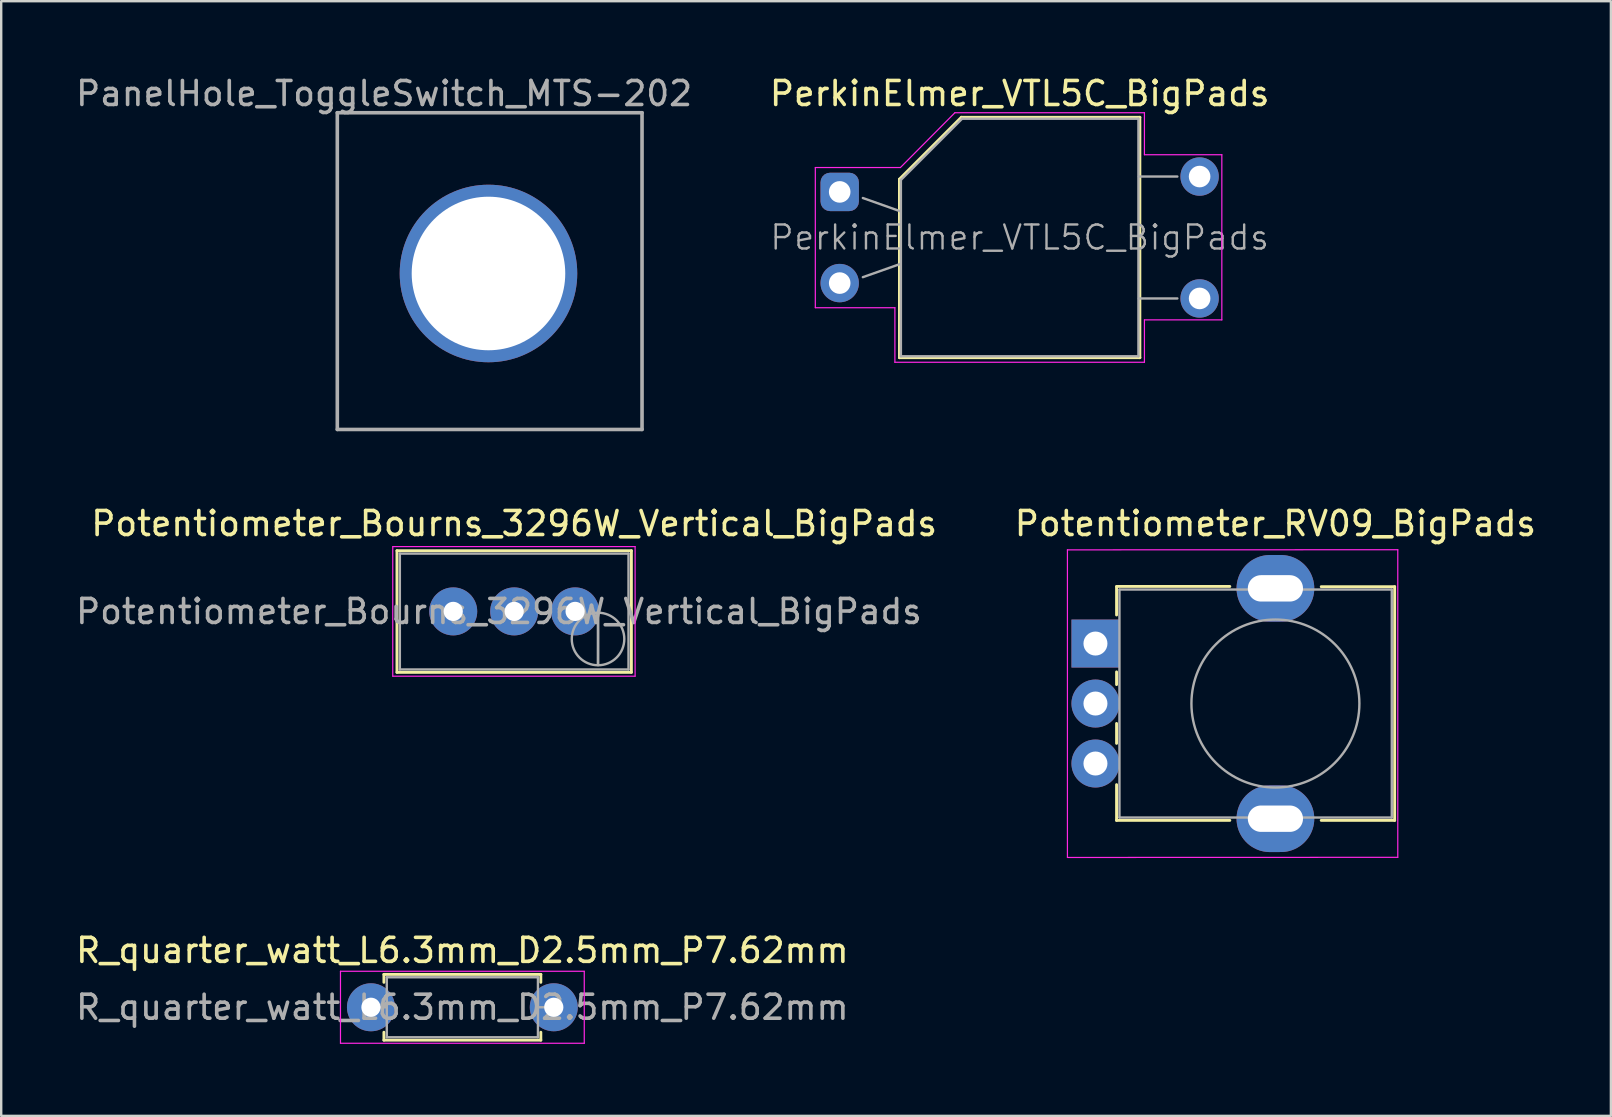
<source format=kicad_pcb>
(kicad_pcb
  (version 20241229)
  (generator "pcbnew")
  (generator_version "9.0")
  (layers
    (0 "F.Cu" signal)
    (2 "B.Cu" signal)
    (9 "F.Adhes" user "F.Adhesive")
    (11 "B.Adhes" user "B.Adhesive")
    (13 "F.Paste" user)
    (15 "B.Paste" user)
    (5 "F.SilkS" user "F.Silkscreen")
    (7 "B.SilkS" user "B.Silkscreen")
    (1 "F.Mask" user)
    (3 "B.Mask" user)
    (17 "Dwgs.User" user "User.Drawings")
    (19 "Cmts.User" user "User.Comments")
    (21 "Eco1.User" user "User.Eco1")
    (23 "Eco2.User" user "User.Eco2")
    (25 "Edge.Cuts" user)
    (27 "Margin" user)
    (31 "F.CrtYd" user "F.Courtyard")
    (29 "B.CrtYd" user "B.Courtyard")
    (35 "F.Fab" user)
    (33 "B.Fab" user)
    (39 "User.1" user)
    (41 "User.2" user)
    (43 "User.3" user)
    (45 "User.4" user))
  (footprint "PanelHole_ToggleSwitch_MTS-202"
    (layer "F.Cu")
    (at 17.308 8.348)
    (property "Reference" "PanelHole_ToggleSwitch_MTS-202" (at -4.35 -7.5 0) (layer "F.Fab") (effects (font (size 1 1) (thickness 0.15))))
    (attr through_hole)
    (fp_line (start -6.3 -6.7) (end 6.4 -6.7) (stroke (width 0.15) (type solid)) (layer "F.Fab"))
    (fp_line (start -6.3 6.5) (end -6.3 -6.7) (stroke (width 0.15) (type solid)) (layer "F.Fab"))
    (fp_line (start 6.4 -6.7) (end 6.4 6.5) (stroke (width 0.15) (type solid)) (layer "F.Fab"))
    (fp_line (start 6.4 6.5) (end -6.3 6.5) (stroke (width 0.15) (type solid)) (layer "F.Fab"))
    (fp_circle (center -0.000416 0) (end 3 0) (stroke (width 0.15) (type solid)) (fill no) (layer "F.Fab"))
    (pad "" np_thru_hole circle (at 0 0) (size 7.4 7.4) (drill 6.4) (layers "*.Cu" "*.Mask")))
  (footprint "R_quarter_watt_L6.3mm_D2.5mm_P7.62mm"
    (layer "F.Cu")
    (at 12.41 38.93)
    (property "Reference" "R_quarter_watt_L6.3mm_D2.5mm_P7.62mm" (at 3.81 -2.37 0) (layer "F.SilkS") (effects (font (size 1 1) (thickness 0.15))))
    (attr through_hole)
    (fp_line (start 0.54 -1.37) (end 7.08 -1.37) (stroke (width 0.12) (type solid)) (layer "F.SilkS"))
    (fp_line (start 0.54 -1.04) (end 0.54 -1.37) (stroke (width 0.12) (type solid)) (layer "F.SilkS"))
    (fp_line (start 0.54 1.04) (end 0.54 1.37) (stroke (width 0.12) (type solid)) (layer "F.SilkS"))
    (fp_line (start 0.54 1.37) (end 7.08 1.37) (stroke (width 0.12) (type solid)) (layer "F.SilkS"))
    (fp_line (start 7.08 -1.37) (end 7.08 -1.04) (stroke (width 0.12) (type solid)) (layer "F.SilkS"))
    (fp_line (start 7.08 1.37) (end 7.08 1.04) (stroke (width 0.12) (type solid)) (layer "F.SilkS"))
    (fp_line (start -1.27 -1.5) (end -1.27 1.5) (stroke (width 0.05) (type solid)) (layer "F.CrtYd"))
    (fp_line (start -1.27 1.5) (end 8.89 1.5) (stroke (width 0.05) (type solid)) (layer "F.CrtYd"))
    (fp_line (start 8.89 -1.5) (end -1.27 -1.5) (stroke (width 0.05) (type solid)) (layer "F.CrtYd"))
    (fp_line (start 8.89 1.5) (end 8.89 -1.5) (stroke (width 0.05) (type solid)) (layer "F.CrtYd"))
    (fp_line (start 0 0) (end 0.66 0) (stroke (width 0.1) (type solid)) (layer "F.Fab"))
    (fp_line (start 0.66 -1.25) (end 0.66 1.25) (stroke (width 0.1) (type solid)) (layer "F.Fab"))
    (fp_line (start 0.66 1.25) (end 6.96 1.25) (stroke (width 0.1) (type solid)) (layer "F.Fab"))
    (fp_line (start 6.96 -1.25) (end 0.66 -1.25) (stroke (width 0.1) (type solid)) (layer "F.Fab"))
    (fp_line (start 6.96 1.25) (end 6.96 -1.25) (stroke (width 0.1) (type solid)) (layer "F.Fab"))
    (fp_line (start 7.62 0) (end 6.96 0) (stroke (width 0.1) (type solid)) (layer "F.Fab"))
    (fp_text user "${REFERENCE}" (at 3.81 0 0) (layer "F.Fab") (effects (font (size 1 1) (thickness 0.15))))
    (pad "1" thru_hole oval (at 0 0) (size 2 2) (drill 0.8) (layers "*.Cu" "*.Mask"))
    (pad "2" thru_hole oval (at 7.62 0) (size 2 2) (drill 0.8) (layers "*.Cu" "*.Mask")))
  (footprint "PerkinElmer_VTL5C_BigPads"
    (layer "F.Cu")
    (at 31.946 4.948)
    (property "Reference" "PerkinElmer_VTL5C_BigPads" (at 7.5 -4.1 0) (layer "F.SilkS") (effects (font (size 1 1) (thickness 0.15))))
    (attr through_hole)
    (fp_line (start 2.49 -0.53) (end 2.49 6.91) (stroke (width 0.12) (type solid)) (layer "F.SilkS"))
    (fp_line (start 2.49 6.91) (end 12.51 6.91) (stroke (width 0.12) (type solid)) (layer "F.SilkS"))
    (fp_line (start 5.07 -3.11) (end 2.49 -0.53) (stroke (width 0.12) (type solid)) (layer "F.SilkS"))
    (fp_line (start 12.51 -3.11) (end 5.07 -3.11) (stroke (width 0.12) (type solid)) (layer "F.SilkS"))
    (fp_line (start 12.51 6.91) (end 12.51 -3.11) (stroke (width 0.12) (type solid)) (layer "F.SilkS"))
    (fp_line (start -1.016 4.826) (end -1.016 -1.016) (stroke (width 0.05) (type solid)) (layer "F.CrtYd"))
    (fp_line (start 2.3 4.826) (end -1.016 4.826) (stroke (width 0.05) (type solid)) (layer "F.CrtYd"))
    (fp_line (start 2.3 7.1) (end 2.3 4.826) (stroke (width 0.05) (type solid)) (layer "F.CrtYd"))
    (fp_line (start 2.53 -1.016) (end -1.016 -1.016) (stroke (width 0.05) (type solid)) (layer "F.CrtYd"))
    (fp_line (start 2.53 -1.016) (end 4.801 -3.3) (stroke (width 0.05) (type solid)) (layer "F.CrtYd"))
    (fp_line (start 4.801 -3.3) (end 12.7 -3.3) (stroke (width 0.05) (type solid)) (layer "F.CrtYd"))
    (fp_line (start 12.7 -3.3) (end 12.7 -1.549) (stroke (width 0.05) (type solid)) (layer "F.CrtYd"))
    (fp_line (start 12.7 5.334) (end 12.7 7.1) (stroke (width 0.05) (type solid)) (layer "F.CrtYd"))
    (fp_line (start 12.7 7.1) (end 2.3 7.1) (stroke (width 0.05) (type solid)) (layer "F.CrtYd"))
    (fp_line (start 15.926 -1.549) (end 12.7 -1.549) (stroke (width 0.05) (type solid)) (layer "F.CrtYd"))
    (fp_line (start 15.926 5.334) (end 12.7 5.334) (stroke (width 0.05) (type solid)) (layer "F.CrtYd"))
    (fp_line (start 15.926 5.334) (end 15.926 -1.549) (stroke (width 0.05) (type solid)) (layer "F.CrtYd"))
    (fp_line (start 0.965 0.254) (end 2.54 0.813) (stroke (width 0.1) (type solid)) (layer "F.Fab"))
    (fp_line (start 0.965 3.554) (end 2.54 2.997) (stroke (width 0.1) (type solid)) (layer "F.Fab"))
    (fp_line (start 2.55 6.85) (end 2.55 -0.5) (stroke (width 0.1) (type solid)) (layer "F.Fab"))
    (fp_line (start 5.1 -3.05) (end 2.55 -0.5) (stroke (width 0.1) (type solid)) (layer "F.Fab"))
    (fp_line (start 5.1 -3.05) (end 12.45 -3.05) (stroke (width 0.1) (type solid)) (layer "F.Fab"))
    (fp_line (start 12.45 -3.05) (end 12.45 6.85) (stroke (width 0.1) (type solid)) (layer "F.Fab"))
    (fp_line (start 12.45 6.85) (end 2.55 6.85) (stroke (width 0.1) (type solid)) (layer "F.Fab"))
    (fp_line (start 14.072 -0.64) (end 12.471 -0.64) (stroke (width 0.1) (type solid)) (layer "F.Fab"))
    (fp_line (start 14.072 4.44) (end 12.471 4.44) (stroke (width 0.1) (type solid)) (layer "F.Fab"))
    (fp_text user "${REFERENCE}" (at 7.5 1.9 0) (layer "F.Fab") (effects (font (size 1 1) (thickness 0.1))))
    (pad "1" thru_hole roundrect (at 0 0) (size 1.6 1.6) (drill 0.9) (layers "*.Cu" "*.Mask") (roundrect_rratio 0.25))
    (pad "2" thru_hole circle (at 0 3.8) (size 1.6 1.6) (drill 0.9) (layers "*.Cu" "*.Mask"))
    (pad "3" thru_hole circle (at 15 -0.64) (size 1.6 1.6) (drill 0.9) (layers "*.Cu" "*.Mask"))
    (pad "4" thru_hole circle (at 15 4.44) (size 1.6 1.6) (drill 0.9) (layers "*.Cu" "*.Mask")))
  (footprint "Potentiometer_RV09_BigPads"
    (layer "F.Cu")
    (at 42.605 23.771)
    (property "Reference" "Potentiometer_RV09_BigPads" (at 7.5 -5 0) (layer "F.SilkS") (effects (font (size 1 1) (thickness 0.15))))
    (attr through_hole)
    (fp_line (start 0.88 -2.38) (end 5.6 -2.38) (stroke (width 0.12) (type solid)) (layer "F.SilkS"))
    (fp_line (start 0.88 -1.19) (end 0.88 -2.37) (stroke (width 0.12) (type solid)) (layer "F.SilkS"))
    (fp_line (start 0.88 1.71) (end 0.88 1.18) (stroke (width 0.12) (type solid)) (layer "F.SilkS"))
    (fp_line (start 0.88 4.16) (end 0.88 3.33) (stroke (width 0.12) (type solid)) (layer "F.SilkS"))
    (fp_line (start 0.88 7.37) (end 0.88 5.88) (stroke (width 0.12) (type solid)) (layer "F.SilkS"))
    (fp_line (start 0.88 7.37) (end 5.6 7.37) (stroke (width 0.12) (type solid)) (layer "F.SilkS"))
    (fp_line (start 9.41 -2.37) (end 12.47 -2.37) (stroke (width 0.12) (type solid)) (layer "F.SilkS"))
    (fp_line (start 9.41 7.37) (end 12.47 7.37) (stroke (width 0.12) (type solid)) (layer "F.SilkS"))
    (fp_line (start 12.47 7.37) (end 12.47 -2.37) (stroke (width 0.12) (type solid)) (layer "F.SilkS"))
    (fp_line (start -1.168 -3.905) (end -1.168 8.915) (stroke (width 0.05) (type solid)) (layer "F.CrtYd"))
    (fp_line (start -1.168 8.915) (end 12.6 8.91) (stroke (width 0.05) (type solid)) (layer "F.CrtYd"))
    (fp_line (start 12.6 -3.91) (end -1.168 -3.905) (stroke (width 0.05) (type solid)) (layer "F.CrtYd"))
    (fp_line (start 12.6 8.91) (end 12.6 -3.91) (stroke (width 0.05) (type solid)) (layer "F.CrtYd"))
    (fp_line (start 1 -2.25) (end 12.35 -2.25) (stroke (width 0.1) (type solid)) (layer "F.Fab"))
    (fp_line (start 1 7.25) (end 1 -2.25) (stroke (width 0.1) (type solid)) (layer "F.Fab"))
    (fp_line (start 1 7.25) (end 12.35 7.25) (stroke (width 0.1) (type solid)) (layer "F.Fab"))
    (fp_line (start 12.35 7.25) (end 12.35 -2.25) (stroke (width 0.1) (type solid)) (layer "F.Fab"))
    (fp_circle (center 7.5 2.5) (end 7.5 -1) (stroke (width 0.1) (type solid)) (fill no) (layer "F.Fab"))
    (pad "" thru_hole oval (at 7.5 -2.3 90) (size 2.78 3.24) (drill oval 1.1 2.3) (layers "*.Cu" "*.Mask"))
    (pad "" thru_hole oval (at 7.5 7.3 90) (size 2.78 3.24) (drill oval 1.1 2.3) (layers "*.Cu" "*.Mask"))
    (pad "1" thru_hole rect (at 0 0 90) (size 2 2) (drill 1) (layers "*.Cu" "*.Mask"))
    (pad "2" thru_hole circle (at 0 2.5 90) (size 2 2) (drill 1) (layers "*.Cu" "*.Mask"))
    (pad "3" thru_hole circle (at 0 5 90) (size 2 2) (drill 1) (layers "*.Cu" "*.Mask")))
  (footprint "Potentiometer_Bourns_3296W_Vertical_BigPads"
    (layer "F.Cu")
    (at 20.919 22.431)
    (property "Reference" "Potentiometer_Bourns_3296W_Vertical_BigPads" (at -2.54 -3.66 0) (layer "F.SilkS") (effects (font (size 1 1) (thickness 0.15))))
    (attr through_hole)
    (fp_line (start -7.425 -2.53) (end -7.425 2.54) (stroke (width 0.12) (type solid)) (layer "F.SilkS"))
    (fp_line (start -7.425 -2.53) (end 2.345 -2.53) (stroke (width 0.12) (type solid)) (layer "F.SilkS"))
    (fp_line (start -7.425 2.54) (end 2.345 2.54) (stroke (width 0.12) (type solid)) (layer "F.SilkS"))
    (fp_line (start 2.345 -2.53) (end 2.345 2.54) (stroke (width 0.12) (type solid)) (layer "F.SilkS"))
    (fp_line (start -7.6 -2.7) (end -7.6 2.7) (stroke (width 0.05) (type solid)) (layer "F.CrtYd"))
    (fp_line (start -7.6 2.7) (end 2.5 2.7) (stroke (width 0.05) (type solid)) (layer "F.CrtYd"))
    (fp_line (start 2.5 -2.7) (end -7.6 -2.7) (stroke (width 0.05) (type solid)) (layer "F.CrtYd"))
    (fp_line (start 2.5 2.7) (end 2.5 -2.7) (stroke (width 0.05) (type solid)) (layer "F.CrtYd"))
    (fp_line (start -7.305 -2.41) (end -7.305 2.42) (stroke (width 0.1) (type solid)) (layer "F.Fab"))
    (fp_line (start -7.305 2.42) (end 2.225 2.42) (stroke (width 0.1) (type solid)) (layer "F.Fab"))
    (fp_line (start 0.955 2.235) (end 0.956 0.066) (stroke (width 0.1) (type solid)) (layer "F.Fab"))
    (fp_line (start 0.955 2.235) (end 0.956 0.066) (stroke (width 0.1) (type solid)) (layer "F.Fab"))
    (fp_line (start 2.225 -2.41) (end -7.305 -2.41) (stroke (width 0.1) (type solid)) (layer "F.Fab"))
    (fp_line (start 2.225 2.42) (end 2.225 -2.41) (stroke (width 0.1) (type solid)) (layer "F.Fab"))
    (fp_circle (center 0.955 1.15) (end 2.05 1.15) (stroke (width 0.1) (type solid)) (fill no) (layer "F.Fab"))
    (fp_text user "${REFERENCE}" (at -3.175 0.005 0) (layer "F.Fab") (effects (font (size 1 1) (thickness 0.15))))
    (pad "1" thru_hole circle (at 0 0) (size 2 2) (drill 0.8) (layers "*.Cu" "*.Mask"))
    (pad "2" thru_hole circle (at -2.54 0) (size 2 2) (drill 0.8) (layers "*.Cu" "*.Mask"))
    (pad "3" thru_hole circle (at -5.08 0) (size 2 2) (drill 0.8) (layers "*.Cu" "*.Mask")))
  (gr_rect
    (start -3 -3)
    (end 64.087 43.455)
    (stroke (width 0.1) (type default))
    (fill no)
    (layer "Edge.Cuts")))
</source>
